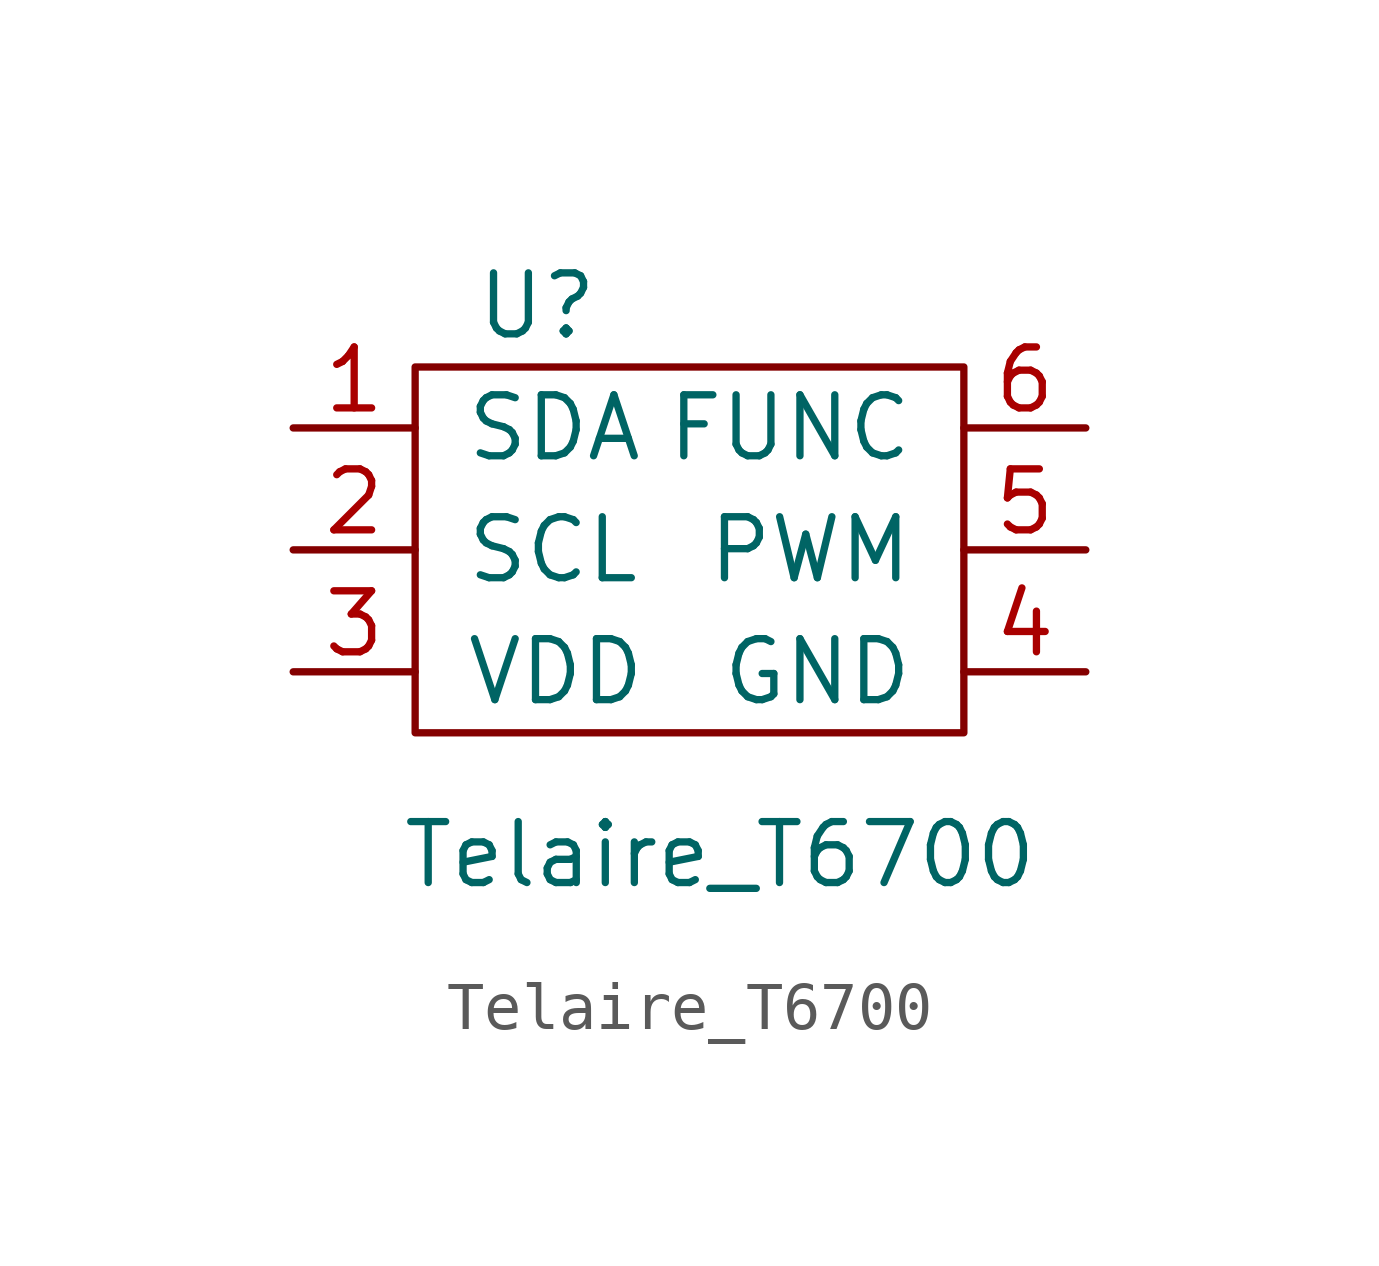
<source format=kicad_sym>
(kicad_symbol_lib
  (version 20211014)
  (generator kicad_symbol_editor)
  (symbol "Telaire_T6700"
    (pin_names
      (offset 1.016))
    (property "Reference" "U"
      (at -3.81 5.08 0)
      (effects (font (size 1.27 1.27))))
    (property "Value" "Telaire_T6700"
      (at 0 -6.35 0)
      (effects (font (size 1.27 1.27))))
    (symbol "Telaire_T6700_0_1"
      (rectangle (start -6.35 3.81) (end 5.08 -3.81) (stroke (width 0) (type default) (color 0 0 0 0)) (fill (type none))))
    (symbol "Telaire_T6700_1_1"
      (pin output line (at -8.89 2.54 0) (length 2.54) (name "SDA" (effects (font (size 1.27 1.27)))) (number "1" (effects (font (size 1.27 1.27)))))
      (pin input line (at -8.89 0 0) (length 2.54) (name "SCL" (effects (font (size 1.27 1.27)))) (number "2" (effects (font (size 1.27 1.27)))))
      (pin power_in line (at -8.89 -2.54 0) (length 2.54) (name "VDD" (effects (font (size 1.27 1.27)))) (number "3" (effects (font (size 1.27 1.27)))))
      (pin power_in line (at 7.62 -2.54 180) (length 2.54) (name "GND" (effects (font (size 1.27 1.27)))) (number "4" (effects (font (size 1.27 1.27)))))
      (pin output line (at 7.62 0 180) (length 2.54) (name "PWM" (effects (font (size 1.27 1.27)))) (number "5" (effects (font (size 1.27 1.27)))))
      (pin output line (at 7.62 2.54 180) (length 2.54) (name "FUNC" (effects (font (size 1.27 1.27)))) (number "6" (effects (font (size 1.27 1.27))))))))
</source>
